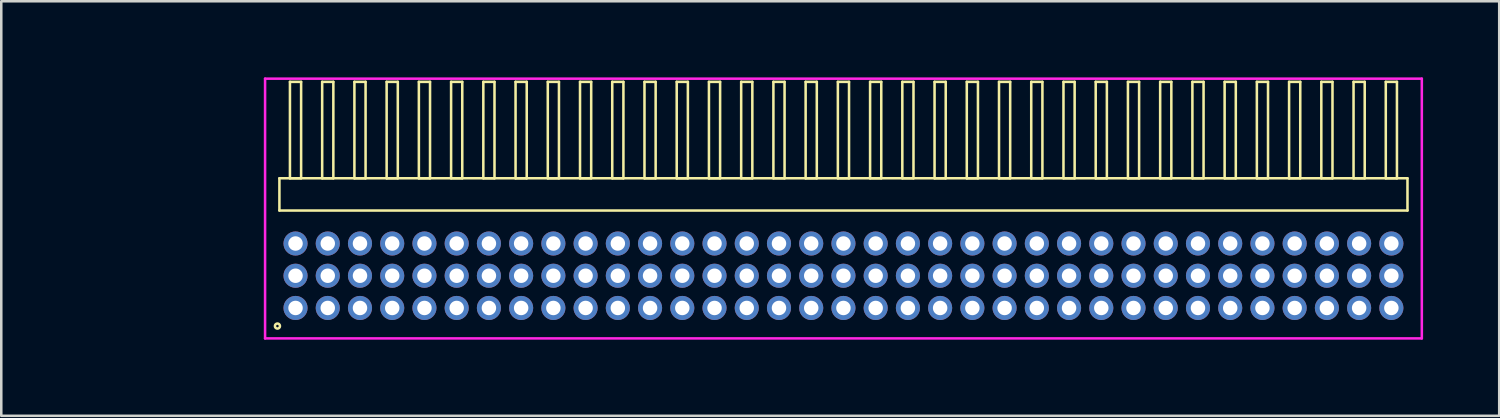
<source format=kicad_pcb>
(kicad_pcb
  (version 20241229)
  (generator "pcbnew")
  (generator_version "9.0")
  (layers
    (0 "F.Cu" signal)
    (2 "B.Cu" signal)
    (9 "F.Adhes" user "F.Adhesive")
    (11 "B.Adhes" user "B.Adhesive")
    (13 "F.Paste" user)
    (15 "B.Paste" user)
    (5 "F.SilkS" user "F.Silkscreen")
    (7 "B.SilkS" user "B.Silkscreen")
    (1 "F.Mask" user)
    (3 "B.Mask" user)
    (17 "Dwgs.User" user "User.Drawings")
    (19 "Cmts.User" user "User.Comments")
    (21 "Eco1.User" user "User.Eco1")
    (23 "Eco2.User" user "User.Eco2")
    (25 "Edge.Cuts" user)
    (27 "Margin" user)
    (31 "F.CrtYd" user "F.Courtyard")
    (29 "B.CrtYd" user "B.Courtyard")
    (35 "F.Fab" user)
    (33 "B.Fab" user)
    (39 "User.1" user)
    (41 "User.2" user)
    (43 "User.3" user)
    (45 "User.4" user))
  (footprint "HDR_RA127P35x3"
    (layer "F.Cu")
    (at 30.185 7.815)
    (property "Reference" "HDR_RA127P35x3" (at -23.54 0 0) (layer "User.1") (effects (font (size 1 1) (thickness 0.1))))
    (attr through_hole)
    (fp_line (start -22.225 -3.84) (end -22.225 -2.57) (stroke (width 0.1) (type solid)) (layer "F.SilkS"))
    (fp_line (start -22.225 -2.57) (end 22.225 -2.57) (stroke (width 0.1) (type solid)) (layer "F.SilkS"))
    (fp_line (start -21.81 -7.64) (end -21.81 -3.84) (stroke (width 0.1) (type solid)) (layer "F.SilkS"))
    (fp_line (start -21.81 -3.84) (end -21.37 -3.84) (stroke (width 0.1) (type solid)) (layer "F.SilkS"))
    (fp_line (start -21.37 -7.64) (end -21.81 -7.64) (stroke (width 0.1) (type solid)) (layer "F.SilkS"))
    (fp_line (start -21.37 -3.84) (end -21.37 -7.64) (stroke (width 0.1) (type solid)) (layer "F.SilkS"))
    (fp_line (start -20.54 -7.64) (end -20.54 -3.84) (stroke (width 0.1) (type solid)) (layer "F.SilkS"))
    (fp_line (start -20.54 -3.84) (end -20.1 -3.84) (stroke (width 0.1) (type solid)) (layer "F.SilkS"))
    (fp_line (start -20.1 -7.64) (end -20.54 -7.64) (stroke (width 0.1) (type solid)) (layer "F.SilkS"))
    (fp_line (start -20.1 -3.84) (end -20.1 -7.64) (stroke (width 0.1) (type solid)) (layer "F.SilkS"))
    (fp_line (start -19.27 -7.64) (end -19.27 -3.84) (stroke (width 0.1) (type solid)) (layer "F.SilkS"))
    (fp_line (start -19.27 -3.84) (end -18.83 -3.84) (stroke (width 0.1) (type solid)) (layer "F.SilkS"))
    (fp_line (start -18.83 -7.64) (end -19.27 -7.64) (stroke (width 0.1) (type solid)) (layer "F.SilkS"))
    (fp_line (start -18.83 -3.84) (end -18.83 -7.64) (stroke (width 0.1) (type solid)) (layer "F.SilkS"))
    (fp_line (start -18 -7.64) (end -18 -3.84) (stroke (width 0.1) (type solid)) (layer "F.SilkS"))
    (fp_line (start -18 -3.84) (end -17.56 -3.84) (stroke (width 0.1) (type solid)) (layer "F.SilkS"))
    (fp_line (start -17.56 -7.64) (end -18 -7.64) (stroke (width 0.1) (type solid)) (layer "F.SilkS"))
    (fp_line (start -17.56 -3.84) (end -17.56 -7.64) (stroke (width 0.1) (type solid)) (layer "F.SilkS"))
    (fp_line (start -16.73 -7.64) (end -16.73 -3.84) (stroke (width 0.1) (type solid)) (layer "F.SilkS"))
    (fp_line (start -16.73 -3.84) (end -16.29 -3.84) (stroke (width 0.1) (type solid)) (layer "F.SilkS"))
    (fp_line (start -16.29 -7.64) (end -16.73 -7.64) (stroke (width 0.1) (type solid)) (layer "F.SilkS"))
    (fp_line (start -16.29 -3.84) (end -16.29 -7.64) (stroke (width 0.1) (type solid)) (layer "F.SilkS"))
    (fp_line (start -15.46 -7.64) (end -15.46 -3.84) (stroke (width 0.1) (type solid)) (layer "F.SilkS"))
    (fp_line (start -15.46 -3.84) (end -15.02 -3.84) (stroke (width 0.1) (type solid)) (layer "F.SilkS"))
    (fp_line (start -15.02 -7.64) (end -15.46 -7.64) (stroke (width 0.1) (type solid)) (layer "F.SilkS"))
    (fp_line (start -15.02 -3.84) (end -15.02 -7.64) (stroke (width 0.1) (type solid)) (layer "F.SilkS"))
    (fp_line (start -14.19 -7.64) (end -14.19 -3.84) (stroke (width 0.1) (type solid)) (layer "F.SilkS"))
    (fp_line (start -14.19 -3.84) (end -13.75 -3.84) (stroke (width 0.1) (type solid)) (layer "F.SilkS"))
    (fp_line (start -13.75 -7.64) (end -14.19 -7.64) (stroke (width 0.1) (type solid)) (layer "F.SilkS"))
    (fp_line (start -13.75 -3.84) (end -13.75 -7.64) (stroke (width 0.1) (type solid)) (layer "F.SilkS"))
    (fp_line (start -12.92 -7.64) (end -12.92 -3.84) (stroke (width 0.1) (type solid)) (layer "F.SilkS"))
    (fp_line (start -12.92 -3.84) (end -12.48 -3.84) (stroke (width 0.1) (type solid)) (layer "F.SilkS"))
    (fp_line (start -12.48 -7.64) (end -12.92 -7.64) (stroke (width 0.1) (type solid)) (layer "F.SilkS"))
    (fp_line (start -12.48 -3.84) (end -12.48 -7.64) (stroke (width 0.1) (type solid)) (layer "F.SilkS"))
    (fp_line (start -11.65 -7.64) (end -11.65 -3.84) (stroke (width 0.1) (type solid)) (layer "F.SilkS"))
    (fp_line (start -11.65 -3.84) (end -11.21 -3.84) (stroke (width 0.1) (type solid)) (layer "F.SilkS"))
    (fp_line (start -11.21 -7.64) (end -11.65 -7.64) (stroke (width 0.1) (type solid)) (layer "F.SilkS"))
    (fp_line (start -11.21 -3.84) (end -11.21 -7.64) (stroke (width 0.1) (type solid)) (layer "F.SilkS"))
    (fp_line (start -10.38 -7.64) (end -10.38 -3.84) (stroke (width 0.1) (type solid)) (layer "F.SilkS"))
    (fp_line (start -10.38 -3.84) (end -9.94 -3.84) (stroke (width 0.1) (type solid)) (layer "F.SilkS"))
    (fp_line (start -9.94 -7.64) (end -10.38 -7.64) (stroke (width 0.1) (type solid)) (layer "F.SilkS"))
    (fp_line (start -9.94 -3.84) (end -9.94 -7.64) (stroke (width 0.1) (type solid)) (layer "F.SilkS"))
    (fp_line (start -9.11 -7.64) (end -9.11 -3.84) (stroke (width 0.1) (type solid)) (layer "F.SilkS"))
    (fp_line (start -9.11 -3.84) (end -8.67 -3.84) (stroke (width 0.1) (type solid)) (layer "F.SilkS"))
    (fp_line (start -8.67 -7.64) (end -9.11 -7.64) (stroke (width 0.1) (type solid)) (layer "F.SilkS"))
    (fp_line (start -8.67 -3.84) (end -8.67 -7.64) (stroke (width 0.1) (type solid)) (layer "F.SilkS"))
    (fp_line (start -7.84 -7.64) (end -7.84 -3.84) (stroke (width 0.1) (type solid)) (layer "F.SilkS"))
    (fp_line (start -7.84 -3.84) (end -7.4 -3.84) (stroke (width 0.1) (type solid)) (layer "F.SilkS"))
    (fp_line (start -7.4 -7.64) (end -7.84 -7.64) (stroke (width 0.1) (type solid)) (layer "F.SilkS"))
    (fp_line (start -7.4 -3.84) (end -7.4 -7.64) (stroke (width 0.1) (type solid)) (layer "F.SilkS"))
    (fp_line (start -6.57 -7.64) (end -6.57 -3.84) (stroke (width 0.1) (type solid)) (layer "F.SilkS"))
    (fp_line (start -6.57 -3.84) (end -6.13 -3.84) (stroke (width 0.1) (type solid)) (layer "F.SilkS"))
    (fp_line (start -6.13 -7.64) (end -6.57 -7.64) (stroke (width 0.1) (type solid)) (layer "F.SilkS"))
    (fp_line (start -6.13 -3.84) (end -6.13 -7.64) (stroke (width 0.1) (type solid)) (layer "F.SilkS"))
    (fp_line (start -5.3 -7.64) (end -5.3 -3.84) (stroke (width 0.1) (type solid)) (layer "F.SilkS"))
    (fp_line (start -5.3 -3.84) (end -4.86 -3.84) (stroke (width 0.1) (type solid)) (layer "F.SilkS"))
    (fp_line (start -4.86 -7.64) (end -5.3 -7.64) (stroke (width 0.1) (type solid)) (layer "F.SilkS"))
    (fp_line (start -4.86 -3.84) (end -4.86 -7.64) (stroke (width 0.1) (type solid)) (layer "F.SilkS"))
    (fp_line (start -4.03 -7.64) (end -4.03 -3.84) (stroke (width 0.1) (type solid)) (layer "F.SilkS"))
    (fp_line (start -4.03 -3.84) (end -3.59 -3.84) (stroke (width 0.1) (type solid)) (layer "F.SilkS"))
    (fp_line (start -3.59 -7.64) (end -4.03 -7.64) (stroke (width 0.1) (type solid)) (layer "F.SilkS"))
    (fp_line (start -3.59 -3.84) (end -3.59 -7.64) (stroke (width 0.1) (type solid)) (layer "F.SilkS"))
    (fp_line (start -2.76 -7.64) (end -2.76 -3.84) (stroke (width 0.1) (type solid)) (layer "F.SilkS"))
    (fp_line (start -2.76 -3.84) (end -2.32 -3.84) (stroke (width 0.1) (type solid)) (layer "F.SilkS"))
    (fp_line (start -2.32 -7.64) (end -2.76 -7.64) (stroke (width 0.1) (type solid)) (layer "F.SilkS"))
    (fp_line (start -2.32 -3.84) (end -2.32 -7.64) (stroke (width 0.1) (type solid)) (layer "F.SilkS"))
    (fp_line (start -1.49 -7.64) (end -1.49 -3.84) (stroke (width 0.1) (type solid)) (layer "F.SilkS"))
    (fp_line (start -1.49 -3.84) (end -1.05 -3.84) (stroke (width 0.1) (type solid)) (layer "F.SilkS"))
    (fp_line (start -1.05 -7.64) (end -1.49 -7.64) (stroke (width 0.1) (type solid)) (layer "F.SilkS"))
    (fp_line (start -1.05 -3.84) (end -1.05 -7.64) (stroke (width 0.1) (type solid)) (layer "F.SilkS"))
    (fp_line (start -0.22 -7.64) (end -0.22 -3.84) (stroke (width 0.1) (type solid)) (layer "F.SilkS"))
    (fp_line (start -0.22 -3.84) (end 0.22 -3.84) (stroke (width 0.1) (type solid)) (layer "F.SilkS"))
    (fp_line (start 0.22 -7.64) (end -0.22 -7.64) (stroke (width 0.1) (type solid)) (layer "F.SilkS"))
    (fp_line (start 0.22 -3.84) (end 0.22 -7.64) (stroke (width 0.1) (type solid)) (layer "F.SilkS"))
    (fp_line (start 1.05 -7.64) (end 1.05 -3.84) (stroke (width 0.1) (type solid)) (layer "F.SilkS"))
    (fp_line (start 1.05 -3.84) (end 1.49 -3.84) (stroke (width 0.1) (type solid)) (layer "F.SilkS"))
    (fp_line (start 1.49 -7.64) (end 1.05 -7.64) (stroke (width 0.1) (type solid)) (layer "F.SilkS"))
    (fp_line (start 1.49 -3.84) (end 1.49 -7.64) (stroke (width 0.1) (type solid)) (layer "F.SilkS"))
    (fp_line (start 2.32 -7.64) (end 2.32 -3.84) (stroke (width 0.1) (type solid)) (layer "F.SilkS"))
    (fp_line (start 2.32 -3.84) (end 2.76 -3.84) (stroke (width 0.1) (type solid)) (layer "F.SilkS"))
    (fp_line (start 2.76 -7.64) (end 2.32 -7.64) (stroke (width 0.1) (type solid)) (layer "F.SilkS"))
    (fp_line (start 2.76 -3.84) (end 2.76 -7.64) (stroke (width 0.1) (type solid)) (layer "F.SilkS"))
    (fp_line (start 3.59 -7.64) (end 3.59 -3.84) (stroke (width 0.1) (type solid)) (layer "F.SilkS"))
    (fp_line (start 3.59 -3.84) (end 4.03 -3.84) (stroke (width 0.1) (type solid)) (layer "F.SilkS"))
    (fp_line (start 4.03 -7.64) (end 3.59 -7.64) (stroke (width 0.1) (type solid)) (layer "F.SilkS"))
    (fp_line (start 4.03 -3.84) (end 4.03 -7.64) (stroke (width 0.1) (type solid)) (layer "F.SilkS"))
    (fp_line (start 4.86 -7.64) (end 4.86 -3.84) (stroke (width 0.1) (type solid)) (layer "F.SilkS"))
    (fp_line (start 4.86 -3.84) (end 5.3 -3.84) (stroke (width 0.1) (type solid)) (layer "F.SilkS"))
    (fp_line (start 5.3 -7.64) (end 4.86 -7.64) (stroke (width 0.1) (type solid)) (layer "F.SilkS"))
    (fp_line (start 5.3 -3.84) (end 5.3 -7.64) (stroke (width 0.1) (type solid)) (layer "F.SilkS"))
    (fp_line (start 6.13 -7.64) (end 6.13 -3.84) (stroke (width 0.1) (type solid)) (layer "F.SilkS"))
    (fp_line (start 6.13 -3.84) (end 6.57 -3.84) (stroke (width 0.1) (type solid)) (layer "F.SilkS"))
    (fp_line (start 6.57 -7.64) (end 6.13 -7.64) (stroke (width 0.1) (type solid)) (layer "F.SilkS"))
    (fp_line (start 6.57 -3.84) (end 6.57 -7.64) (stroke (width 0.1) (type solid)) (layer "F.SilkS"))
    (fp_line (start 7.4 -7.64) (end 7.4 -3.84) (stroke (width 0.1) (type solid)) (layer "F.SilkS"))
    (fp_line (start 7.4 -3.84) (end 7.84 -3.84) (stroke (width 0.1) (type solid)) (layer "F.SilkS"))
    (fp_line (start 7.84 -7.64) (end 7.4 -7.64) (stroke (width 0.1) (type solid)) (layer "F.SilkS"))
    (fp_line (start 7.84 -3.84) (end 7.84 -7.64) (stroke (width 0.1) (type solid)) (layer "F.SilkS"))
    (fp_line (start 8.67 -7.64) (end 8.67 -3.84) (stroke (width 0.1) (type solid)) (layer "F.SilkS"))
    (fp_line (start 8.67 -3.84) (end 9.11 -3.84) (stroke (width 0.1) (type solid)) (layer "F.SilkS"))
    (fp_line (start 9.11 -7.64) (end 8.67 -7.64) (stroke (width 0.1) (type solid)) (layer "F.SilkS"))
    (fp_line (start 9.11 -3.84) (end 9.11 -7.64) (stroke (width 0.1) (type solid)) (layer "F.SilkS"))
    (fp_line (start 9.94 -7.64) (end 9.94 -3.84) (stroke (width 0.1) (type solid)) (layer "F.SilkS"))
    (fp_line (start 9.94 -3.84) (end 10.38 -3.84) (stroke (width 0.1) (type solid)) (layer "F.SilkS"))
    (fp_line (start 10.38 -7.64) (end 9.94 -7.64) (stroke (width 0.1) (type solid)) (layer "F.SilkS"))
    (fp_line (start 10.38 -3.84) (end 10.38 -7.64) (stroke (width 0.1) (type solid)) (layer "F.SilkS"))
    (fp_line (start 11.21 -7.64) (end 11.21 -3.84) (stroke (width 0.1) (type solid)) (layer "F.SilkS"))
    (fp_line (start 11.21 -3.84) (end 11.65 -3.84) (stroke (width 0.1) (type solid)) (layer "F.SilkS"))
    (fp_line (start 11.65 -7.64) (end 11.21 -7.64) (stroke (width 0.1) (type solid)) (layer "F.SilkS"))
    (fp_line (start 11.65 -3.84) (end 11.65 -7.64) (stroke (width 0.1) (type solid)) (layer "F.SilkS"))
    (fp_line (start 12.48 -7.64) (end 12.48 -3.84) (stroke (width 0.1) (type solid)) (layer "F.SilkS"))
    (fp_line (start 12.48 -3.84) (end 12.92 -3.84) (stroke (width 0.1) (type solid)) (layer "F.SilkS"))
    (fp_line (start 12.92 -7.64) (end 12.48 -7.64) (stroke (width 0.1) (type solid)) (layer "F.SilkS"))
    (fp_line (start 12.92 -3.84) (end 12.92 -7.64) (stroke (width 0.1) (type solid)) (layer "F.SilkS"))
    (fp_line (start 13.75 -7.64) (end 13.75 -3.84) (stroke (width 0.1) (type solid)) (layer "F.SilkS"))
    (fp_line (start 13.75 -3.84) (end 14.19 -3.84) (stroke (width 0.1) (type solid)) (layer "F.SilkS"))
    (fp_line (start 14.19 -7.64) (end 13.75 -7.64) (stroke (width 0.1) (type solid)) (layer "F.SilkS"))
    (fp_line (start 14.19 -3.84) (end 14.19 -7.64) (stroke (width 0.1) (type solid)) (layer "F.SilkS"))
    (fp_line (start 15.02 -7.64) (end 15.02 -3.84) (stroke (width 0.1) (type solid)) (layer "F.SilkS"))
    (fp_line (start 15.02 -3.84) (end 15.46 -3.84) (stroke (width 0.1) (type solid)) (layer "F.SilkS"))
    (fp_line (start 15.46 -7.64) (end 15.02 -7.64) (stroke (width 0.1) (type solid)) (layer "F.SilkS"))
    (fp_line (start 15.46 -3.84) (end 15.46 -7.64) (stroke (width 0.1) (type solid)) (layer "F.SilkS"))
    (fp_line (start 16.29 -7.64) (end 16.29 -3.84) (stroke (width 0.1) (type solid)) (layer "F.SilkS"))
    (fp_line (start 16.29 -3.84) (end 16.73 -3.84) (stroke (width 0.1) (type solid)) (layer "F.SilkS"))
    (fp_line (start 16.73 -7.64) (end 16.29 -7.64) (stroke (width 0.1) (type solid)) (layer "F.SilkS"))
    (fp_line (start 16.73 -3.84) (end 16.73 -7.64) (stroke (width 0.1) (type solid)) (layer "F.SilkS"))
    (fp_line (start 17.56 -7.64) (end 17.56 -3.84) (stroke (width 0.1) (type solid)) (layer "F.SilkS"))
    (fp_line (start 17.56 -3.84) (end 18 -3.84) (stroke (width 0.1) (type solid)) (layer "F.SilkS"))
    (fp_line (start 18 -7.64) (end 17.56 -7.64) (stroke (width 0.1) (type solid)) (layer "F.SilkS"))
    (fp_line (start 18 -3.84) (end 18 -7.64) (stroke (width 0.1) (type solid)) (layer "F.SilkS"))
    (fp_line (start 18.83 -7.64) (end 18.83 -3.84) (stroke (width 0.1) (type solid)) (layer "F.SilkS"))
    (fp_line (start 18.83 -3.84) (end 19.27 -3.84) (stroke (width 0.1) (type solid)) (layer "F.SilkS"))
    (fp_line (start 19.27 -7.64) (end 18.83 -7.64) (stroke (width 0.1) (type solid)) (layer "F.SilkS"))
    (fp_line (start 19.27 -3.84) (end 19.27 -7.64) (stroke (width 0.1) (type solid)) (layer "F.SilkS"))
    (fp_line (start 20.1 -7.64) (end 20.1 -3.84) (stroke (width 0.1) (type solid)) (layer "F.SilkS"))
    (fp_line (start 20.1 -3.84) (end 20.54 -3.84) (stroke (width 0.1) (type solid)) (layer "F.SilkS"))
    (fp_line (start 20.54 -7.64) (end 20.1 -7.64) (stroke (width 0.1) (type solid)) (layer "F.SilkS"))
    (fp_line (start 20.54 -3.84) (end 20.54 -7.64) (stroke (width 0.1) (type solid)) (layer "F.SilkS"))
    (fp_line (start 21.37 -7.64) (end 21.37 -3.84) (stroke (width 0.1) (type solid)) (layer "F.SilkS"))
    (fp_line (start 21.37 -3.84) (end 21.81 -3.84) (stroke (width 0.1) (type solid)) (layer "F.SilkS"))
    (fp_line (start 21.81 -7.64) (end 21.37 -7.64) (stroke (width 0.1) (type solid)) (layer "F.SilkS"))
    (fp_line (start 21.81 -3.84) (end 21.81 -7.64) (stroke (width 0.1) (type solid)) (layer "F.SilkS"))
    (fp_line (start 22.225 -3.84) (end -22.225 -3.84) (stroke (width 0.1) (type solid)) (layer "F.SilkS"))
    (fp_line (start 22.225 -2.57) (end 22.225 -3.84) (stroke (width 0.1) (type solid)) (layer "F.SilkS"))
    (fp_circle (center -22.303 1.983) (end -22.203 1.983) (stroke (width 0.1) (type solid)) (fill no) (layer "F.SilkS"))
    (fp_line (start -22.79 -7.765) (end -22.79 2.47) (stroke (width 0.1) (type solid)) (layer "F.CrtYd"))
    (fp_line (start -22.79 2.47) (end 22.79 2.47) (stroke (width 0.1) (type solid)) (layer "F.CrtYd"))
    (fp_line (start 22.79 -7.765) (end -22.79 -7.765) (stroke (width 0.1) (type solid)) (layer "F.CrtYd"))
    (fp_line (start 22.79 2.47) (end 22.79 -7.765) (stroke (width 0.1) (type solid)) (layer "F.CrtYd"))
    (pad "1" thru_hole oval (at -21.59 1.27) (size 0.95 0.95) (drill 0.57) (layers "*.Cu" "*.Mask"))
    (pad "2" thru_hole oval (at -21.59 0) (size 0.95 0.95) (drill 0.57) (layers "*.Cu" "*.Mask"))
    (pad "3" thru_hole oval (at -21.59 -1.27) (size 0.95 0.95) (drill 0.57) (layers "*.Cu" "*.Mask"))
    (pad "4" thru_hole oval (at -20.32 1.27) (size 0.95 0.95) (drill 0.57) (layers "*.Cu" "*.Mask"))
    (pad "5" thru_hole oval (at -20.32 0) (size 0.95 0.95) (drill 0.57) (layers "*.Cu" "*.Mask"))
    (pad "6" thru_hole oval (at -20.32 -1.27) (size 0.95 0.95) (drill 0.57) (layers "*.Cu" "*.Mask"))
    (pad "7" thru_hole oval (at -19.05 1.27) (size 0.95 0.95) (drill 0.57) (layers "*.Cu" "*.Mask"))
    (pad "8" thru_hole oval (at -19.05 0) (size 0.95 0.95) (drill 0.57) (layers "*.Cu" "*.Mask"))
    (pad "9" thru_hole oval (at -19.05 -1.27) (size 0.95 0.95) (drill 0.57) (layers "*.Cu" "*.Mask"))
    (pad "10" thru_hole oval (at -17.78 1.27) (size 0.95 0.95) (drill 0.57) (layers "*.Cu" "*.Mask"))
    (pad "11" thru_hole oval (at -17.78 0) (size 0.95 0.95) (drill 0.57) (layers "*.Cu" "*.Mask"))
    (pad "12" thru_hole oval (at -17.78 -1.27) (size 0.95 0.95) (drill 0.57) (layers "*.Cu" "*.Mask"))
    (pad "13" thru_hole oval (at -16.51 1.27) (size 0.95 0.95) (drill 0.57) (layers "*.Cu" "*.Mask"))
    (pad "14" thru_hole oval (at -16.51 0) (size 0.95 0.95) (drill 0.57) (layers "*.Cu" "*.Mask"))
    (pad "15" thru_hole oval (at -16.51 -1.27) (size 0.95 0.95) (drill 0.57) (layers "*.Cu" "*.Mask"))
    (pad "16" thru_hole oval (at -15.24 1.27) (size 0.95 0.95) (drill 0.57) (layers "*.Cu" "*.Mask"))
    (pad "17" thru_hole oval (at -15.24 0) (size 0.95 0.95) (drill 0.57) (layers "*.Cu" "*.Mask"))
    (pad "18" thru_hole oval (at -15.24 -1.27) (size 0.95 0.95) (drill 0.57) (layers "*.Cu" "*.Mask"))
    (pad "19" thru_hole oval (at -13.97 1.27) (size 0.95 0.95) (drill 0.57) (layers "*.Cu" "*.Mask"))
    (pad "20" thru_hole oval (at -13.97 0) (size 0.95 0.95) (drill 0.57) (layers "*.Cu" "*.Mask"))
    (pad "21" thru_hole oval (at -13.97 -1.27) (size 0.95 0.95) (drill 0.57) (layers "*.Cu" "*.Mask"))
    (pad "22" thru_hole oval (at -12.7 1.27) (size 0.95 0.95) (drill 0.57) (layers "*.Cu" "*.Mask"))
    (pad "23" thru_hole oval (at -12.7 0) (size 0.95 0.95) (drill 0.57) (layers "*.Cu" "*.Mask"))
    (pad "24" thru_hole oval (at -12.7 -1.27) (size 0.95 0.95) (drill 0.57) (layers "*.Cu" "*.Mask"))
    (pad "25" thru_hole oval (at -11.43 1.27) (size 0.95 0.95) (drill 0.57) (layers "*.Cu" "*.Mask"))
    (pad "26" thru_hole oval (at -11.43 0) (size 0.95 0.95) (drill 0.57) (layers "*.Cu" "*.Mask"))
    (pad "27" thru_hole oval (at -11.43 -1.27) (size 0.95 0.95) (drill 0.57) (layers "*.Cu" "*.Mask"))
    (pad "28" thru_hole oval (at -10.16 1.27) (size 0.95 0.95) (drill 0.57) (layers "*.Cu" "*.Mask"))
    (pad "29" thru_hole oval (at -10.16 0) (size 0.95 0.95) (drill 0.57) (layers "*.Cu" "*.Mask"))
    (pad "30" thru_hole oval (at -10.16 -1.27) (size 0.95 0.95) (drill 0.57) (layers "*.Cu" "*.Mask"))
    (pad "31" thru_hole oval (at -8.89 1.27) (size 0.95 0.95) (drill 0.57) (layers "*.Cu" "*.Mask"))
    (pad "32" thru_hole oval (at -8.89 0) (size 0.95 0.95) (drill 0.57) (layers "*.Cu" "*.Mask"))
    (pad "33" thru_hole oval (at -8.89 -1.27) (size 0.95 0.95) (drill 0.57) (layers "*.Cu" "*.Mask"))
    (pad "34" thru_hole oval (at -7.62 1.27) (size 0.95 0.95) (drill 0.57) (layers "*.Cu" "*.Mask"))
    (pad "35" thru_hole oval (at -7.62 0) (size 0.95 0.95) (drill 0.57) (layers "*.Cu" "*.Mask"))
    (pad "36" thru_hole oval (at -7.62 -1.27) (size 0.95 0.95) (drill 0.57) (layers "*.Cu" "*.Mask"))
    (pad "37" thru_hole oval (at -6.35 1.27) (size 0.95 0.95) (drill 0.57) (layers "*.Cu" "*.Mask"))
    (pad "38" thru_hole oval (at -6.35 0) (size 0.95 0.95) (drill 0.57) (layers "*.Cu" "*.Mask"))
    (pad "39" thru_hole oval (at -6.35 -1.27) (size 0.95 0.95) (drill 0.57) (layers "*.Cu" "*.Mask"))
    (pad "40" thru_hole oval (at -5.08 1.27) (size 0.95 0.95) (drill 0.57) (layers "*.Cu" "*.Mask"))
    (pad "41" thru_hole oval (at -5.08 0) (size 0.95 0.95) (drill 0.57) (layers "*.Cu" "*.Mask"))
    (pad "42" thru_hole oval (at -5.08 -1.27) (size 0.95 0.95) (drill 0.57) (layers "*.Cu" "*.Mask"))
    (pad "43" thru_hole oval (at -3.81 1.27) (size 0.95 0.95) (drill 0.57) (layers "*.Cu" "*.Mask"))
    (pad "44" thru_hole oval (at -3.81 0) (size 0.95 0.95) (drill 0.57) (layers "*.Cu" "*.Mask"))
    (pad "45" thru_hole oval (at -3.81 -1.27) (size 0.95 0.95) (drill 0.57) (layers "*.Cu" "*.Mask"))
    (pad "46" thru_hole oval (at -2.54 1.27) (size 0.95 0.95) (drill 0.57) (layers "*.Cu" "*.Mask"))
    (pad "47" thru_hole oval (at -2.54 0) (size 0.95 0.95) (drill 0.57) (layers "*.Cu" "*.Mask"))
    (pad "48" thru_hole oval (at -2.54 -1.27) (size 0.95 0.95) (drill 0.57) (layers "*.Cu" "*.Mask"))
    (pad "49" thru_hole oval (at -1.27 1.27) (size 0.95 0.95) (drill 0.57) (layers "*.Cu" "*.Mask"))
    (pad "50" thru_hole oval (at -1.27 0) (size 0.95 0.95) (drill 0.57) (layers "*.Cu" "*.Mask"))
    (pad "51" thru_hole oval (at -1.27 -1.27) (size 0.95 0.95) (drill 0.57) (layers "*.Cu" "*.Mask"))
    (pad "52" thru_hole oval (at 0 1.27) (size 0.95 0.95) (drill 0.57) (layers "*.Cu" "*.Mask"))
    (pad "53" thru_hole oval (at 0 0) (size 0.95 0.95) (drill 0.57) (layers "*.Cu" "*.Mask"))
    (pad "54" thru_hole oval (at 0 -1.27) (size 0.95 0.95) (drill 0.57) (layers "*.Cu" "*.Mask"))
    (pad "55" thru_hole oval (at 1.27 1.27) (size 0.95 0.95) (drill 0.57) (layers "*.Cu" "*.Mask"))
    (pad "56" thru_hole oval (at 1.27 0) (size 0.95 0.95) (drill 0.57) (layers "*.Cu" "*.Mask"))
    (pad "57" thru_hole oval (at 1.27 -1.27) (size 0.95 0.95) (drill 0.57) (layers "*.Cu" "*.Mask"))
    (pad "58" thru_hole oval (at 2.54 1.27) (size 0.95 0.95) (drill 0.57) (layers "*.Cu" "*.Mask"))
    (pad "59" thru_hole oval (at 2.54 0) (size 0.95 0.95) (drill 0.57) (layers "*.Cu" "*.Mask"))
    (pad "60" thru_hole oval (at 2.54 -1.27) (size 0.95 0.95) (drill 0.57) (layers "*.Cu" "*.Mask"))
    (pad "61" thru_hole oval (at 3.81 1.27) (size 0.95 0.95) (drill 0.57) (layers "*.Cu" "*.Mask"))
    (pad "62" thru_hole oval (at 3.81 0) (size 0.95 0.95) (drill 0.57) (layers "*.Cu" "*.Mask"))
    (pad "63" thru_hole oval (at 3.81 -1.27) (size 0.95 0.95) (drill 0.57) (layers "*.Cu" "*.Mask"))
    (pad "64" thru_hole oval (at 5.08 1.27) (size 0.95 0.95) (drill 0.57) (layers "*.Cu" "*.Mask"))
    (pad "65" thru_hole oval (at 5.08 0) (size 0.95 0.95) (drill 0.57) (layers "*.Cu" "*.Mask"))
    (pad "66" thru_hole oval (at 5.08 -1.27) (size 0.95 0.95) (drill 0.57) (layers "*.Cu" "*.Mask"))
    (pad "67" thru_hole oval (at 6.35 1.27) (size 0.95 0.95) (drill 0.57) (layers "*.Cu" "*.Mask"))
    (pad "68" thru_hole oval (at 6.35 0) (size 0.95 0.95) (drill 0.57) (layers "*.Cu" "*.Mask"))
    (pad "69" thru_hole oval (at 6.35 -1.27) (size 0.95 0.95) (drill 0.57) (layers "*.Cu" "*.Mask"))
    (pad "70" thru_hole oval (at 7.62 1.27) (size 0.95 0.95) (drill 0.57) (layers "*.Cu" "*.Mask"))
    (pad "71" thru_hole oval (at 7.62 0) (size 0.95 0.95) (drill 0.57) (layers "*.Cu" "*.Mask"))
    (pad "72" thru_hole oval (at 7.62 -1.27) (size 0.95 0.95) (drill 0.57) (layers "*.Cu" "*.Mask"))
    (pad "73" thru_hole oval (at 8.89 1.27) (size 0.95 0.95) (drill 0.57) (layers "*.Cu" "*.Mask"))
    (pad "74" thru_hole oval (at 8.89 0) (size 0.95 0.95) (drill 0.57) (layers "*.Cu" "*.Mask"))
    (pad "75" thru_hole oval (at 8.89 -1.27) (size 0.95 0.95) (drill 0.57) (layers "*.Cu" "*.Mask"))
    (pad "76" thru_hole oval (at 10.16 1.27) (size 0.95 0.95) (drill 0.57) (layers "*.Cu" "*.Mask"))
    (pad "77" thru_hole oval (at 10.16 0) (size 0.95 0.95) (drill 0.57) (layers "*.Cu" "*.Mask"))
    (pad "78" thru_hole oval (at 10.16 -1.27) (size 0.95 0.95) (drill 0.57) (layers "*.Cu" "*.Mask"))
    (pad "79" thru_hole oval (at 11.43 1.27) (size 0.95 0.95) (drill 0.57) (layers "*.Cu" "*.Mask"))
    (pad "80" thru_hole oval (at 11.43 0) (size 0.95 0.95) (drill 0.57) (layers "*.Cu" "*.Mask"))
    (pad "81" thru_hole oval (at 11.43 -1.27) (size 0.95 0.95) (drill 0.57) (layers "*.Cu" "*.Mask"))
    (pad "82" thru_hole oval (at 12.7 1.27) (size 0.95 0.95) (drill 0.57) (layers "*.Cu" "*.Mask"))
    (pad "83" thru_hole oval (at 12.7 0) (size 0.95 0.95) (drill 0.57) (layers "*.Cu" "*.Mask"))
    (pad "84" thru_hole oval (at 12.7 -1.27) (size 0.95 0.95) (drill 0.57) (layers "*.Cu" "*.Mask"))
    (pad "85" thru_hole oval (at 13.97 1.27) (size 0.95 0.95) (drill 0.57) (layers "*.Cu" "*.Mask"))
    (pad "86" thru_hole oval (at 13.97 0) (size 0.95 0.95) (drill 0.57) (layers "*.Cu" "*.Mask"))
    (pad "87" thru_hole oval (at 13.97 -1.27) (size 0.95 0.95) (drill 0.57) (layers "*.Cu" "*.Mask"))
    (pad "88" thru_hole oval (at 15.24 1.27) (size 0.95 0.95) (drill 0.57) (layers "*.Cu" "*.Mask"))
    (pad "89" thru_hole oval (at 15.24 0) (size 0.95 0.95) (drill 0.57) (layers "*.Cu" "*.Mask"))
    (pad "90" thru_hole oval (at 15.24 -1.27) (size 0.95 0.95) (drill 0.57) (layers "*.Cu" "*.Mask"))
    (pad "91" thru_hole oval (at 16.51 1.27) (size 0.95 0.95) (drill 0.57) (layers "*.Cu" "*.Mask"))
    (pad "92" thru_hole oval (at 16.51 0) (size 0.95 0.95) (drill 0.57) (layers "*.Cu" "*.Mask"))
    (pad "93" thru_hole oval (at 16.51 -1.27) (size 0.95 0.95) (drill 0.57) (layers "*.Cu" "*.Mask"))
    (pad "94" thru_hole oval (at 17.78 1.27) (size 0.95 0.95) (drill 0.57) (layers "*.Cu" "*.Mask"))
    (pad "95" thru_hole oval (at 17.78 0) (size 0.95 0.95) (drill 0.57) (layers "*.Cu" "*.Mask"))
    (pad "96" thru_hole oval (at 17.78 -1.27) (size 0.95 0.95) (drill 0.57) (layers "*.Cu" "*.Mask"))
    (pad "97" thru_hole oval (at 19.05 1.27) (size 0.95 0.95) (drill 0.57) (layers "*.Cu" "*.Mask"))
    (pad "98" thru_hole oval (at 19.05 0) (size 0.95 0.95) (drill 0.57) (layers "*.Cu" "*.Mask"))
    (pad "99" thru_hole oval (at 19.05 -1.27) (size 0.95 0.95) (drill 0.57) (layers "*.Cu" "*.Mask"))
    (pad "100" thru_hole oval (at 20.32 1.27) (size 0.95 0.95) (drill 0.57) (layers "*.Cu" "*.Mask"))
    (pad "101" thru_hole oval (at 20.32 0) (size 0.95 0.95) (drill 0.57) (layers "*.Cu" "*.Mask"))
    (pad "102" thru_hole oval (at 20.32 -1.27) (size 0.95 0.95) (drill 0.57) (layers "*.Cu" "*.Mask"))
    (pad "103" thru_hole oval (at 21.59 1.27) (size 0.95 0.95) (drill 0.57) (layers "*.Cu" "*.Mask"))
    (pad "104" thru_hole oval (at 21.59 0) (size 0.95 0.95) (drill 0.57) (layers "*.Cu" "*.Mask"))
    (pad "105" thru_hole oval (at 21.59 -1.27) (size 0.95 0.95) (drill 0.57) (layers "*.Cu" "*.Mask")))
  (gr_rect
    (start -3 -3)
    (end 56.025 13.335)
    (stroke (width 0.1) (type default))
    (fill no)
    (layer "Edge.Cuts")))
</source>
